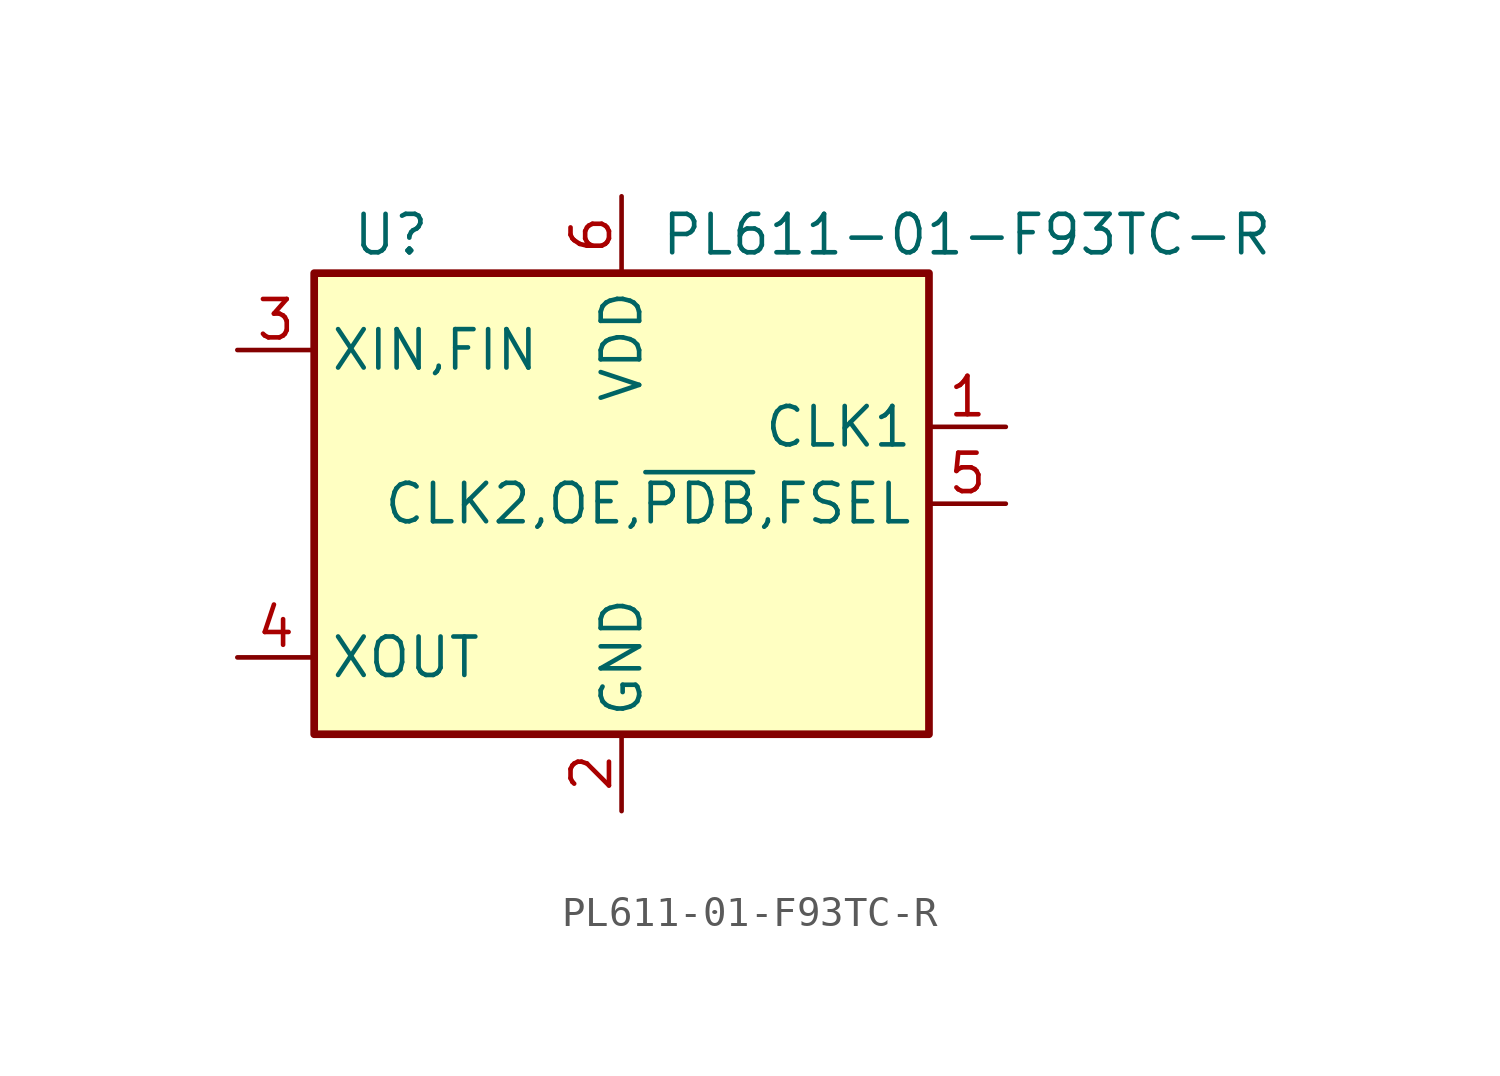
<source format=kicad_sym>
(kicad_symbol_lib
  (version 20211014)
  (generator kicad_symbol_editor)
  (symbol "PL611-01-F93TC-R"
    (property "Reference" "U"
      (at -7.62 8.89 0)
      (effects (font (size 1.27 1.27))))
    (property "Value" "PL611-01-F93TC-R"
      (at 1.27 8.89 0)
      (effects (font (size 1.27 1.27)) (justify left)))
    (symbol "PL611-01-F93TC-R_0_1"
      (rectangle (start -10.16 7.62) (end 10.16 -7.62) (stroke (width 0.254) (type default) (color 0 0 0 0)) (fill (type background))))
    (symbol "PL611-01-F93TC-R_1_1"
      (pin output line (at 12.7 2.54 180) (length 2.54) (name "CLK1" (effects (font (size 1.27 1.27)))) (number "1" (effects (font (size 1.27 1.27)))))
      (pin power_in line (at 0 -10.16 90) (length 2.54) (name "GND" (effects (font (size 1.27 1.27)))) (number "2" (effects (font (size 1.27 1.27)))))
      (pin input line (at -12.7 5.08 0) (length 2.54) (name "XIN,FIN" (effects (font (size 1.27 1.27)))) (number "3" (effects (font (size 1.27 1.27)))))
      (pin output line (at -12.7 -5.08 0) (length 2.54) (name "XOUT" (effects (font (size 1.27 1.27)))) (number "4" (effects (font (size 1.27 1.27)))))
      (pin bidirectional line (at 12.7 0 180) (length 2.54) (name "CLK2,OE,~{PDB},FSEL" (effects (font (size 1.27 1.27)))) (number "5" (effects (font (size 1.27 1.27)))))
      (pin power_in line (at 0 10.16 270) (length 2.54) (name "VDD" (effects (font (size 1.27 1.27)))) (number "6" (effects (font (size 1.27 1.27))))))))
</source>
